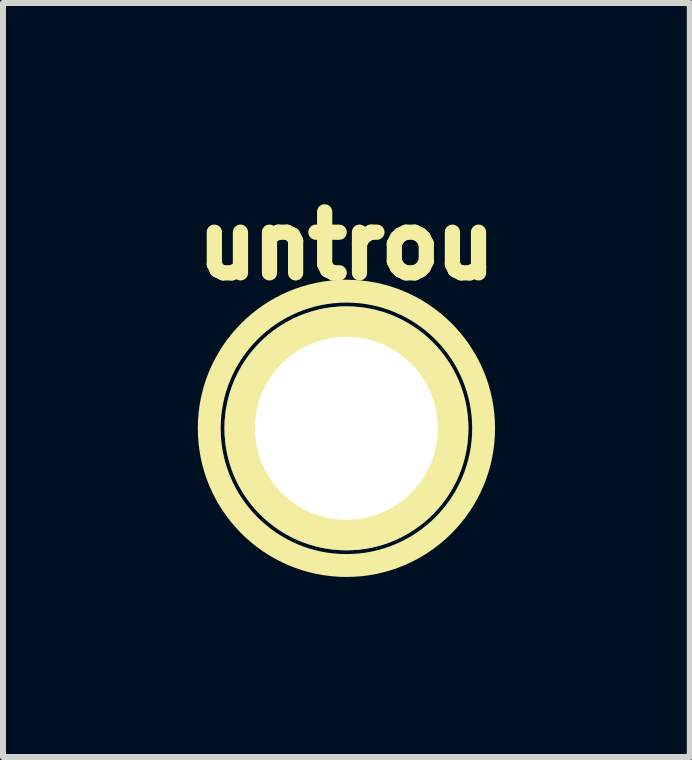
<source format=kicad_pcb>
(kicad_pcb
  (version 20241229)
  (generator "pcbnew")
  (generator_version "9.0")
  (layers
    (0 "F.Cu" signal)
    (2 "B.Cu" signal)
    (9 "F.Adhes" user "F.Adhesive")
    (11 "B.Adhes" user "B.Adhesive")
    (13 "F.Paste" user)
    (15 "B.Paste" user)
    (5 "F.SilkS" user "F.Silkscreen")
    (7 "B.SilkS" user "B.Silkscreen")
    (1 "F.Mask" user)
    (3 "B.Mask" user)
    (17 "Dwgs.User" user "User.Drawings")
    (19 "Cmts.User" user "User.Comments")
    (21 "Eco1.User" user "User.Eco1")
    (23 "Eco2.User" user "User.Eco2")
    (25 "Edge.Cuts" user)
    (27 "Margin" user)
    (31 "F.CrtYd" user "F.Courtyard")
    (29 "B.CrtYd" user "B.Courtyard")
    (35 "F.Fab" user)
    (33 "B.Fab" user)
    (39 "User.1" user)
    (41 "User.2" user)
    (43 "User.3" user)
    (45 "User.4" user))
  (footprint "untrou"
    (layer "F.Cu")
    (at 2.723 4.088)
    (property "Reference" "untrou" (at 0 -3.048 0) (layer "F.SilkS") (effects (font (size 1.016 1.016) (thickness 0.254))))
    (attr through_hole)
    (fp_circle (center 0 0) (end 0 -2.286) (stroke (width 0.381) (type solid)) (fill no) (layer "F.SilkS"))
    (pad "1" thru_hole circle (at 0 0) (size 4.064 4.064) (drill 3.048) (layers "*.Cu" "*.Mask" "F.SilkS")))
  (gr_rect
    (start -3 -3)
    (end 8.445 9.565)
    (stroke (width 0.1) (type default))
    (fill no)
    (layer "Edge.Cuts")))
</source>
